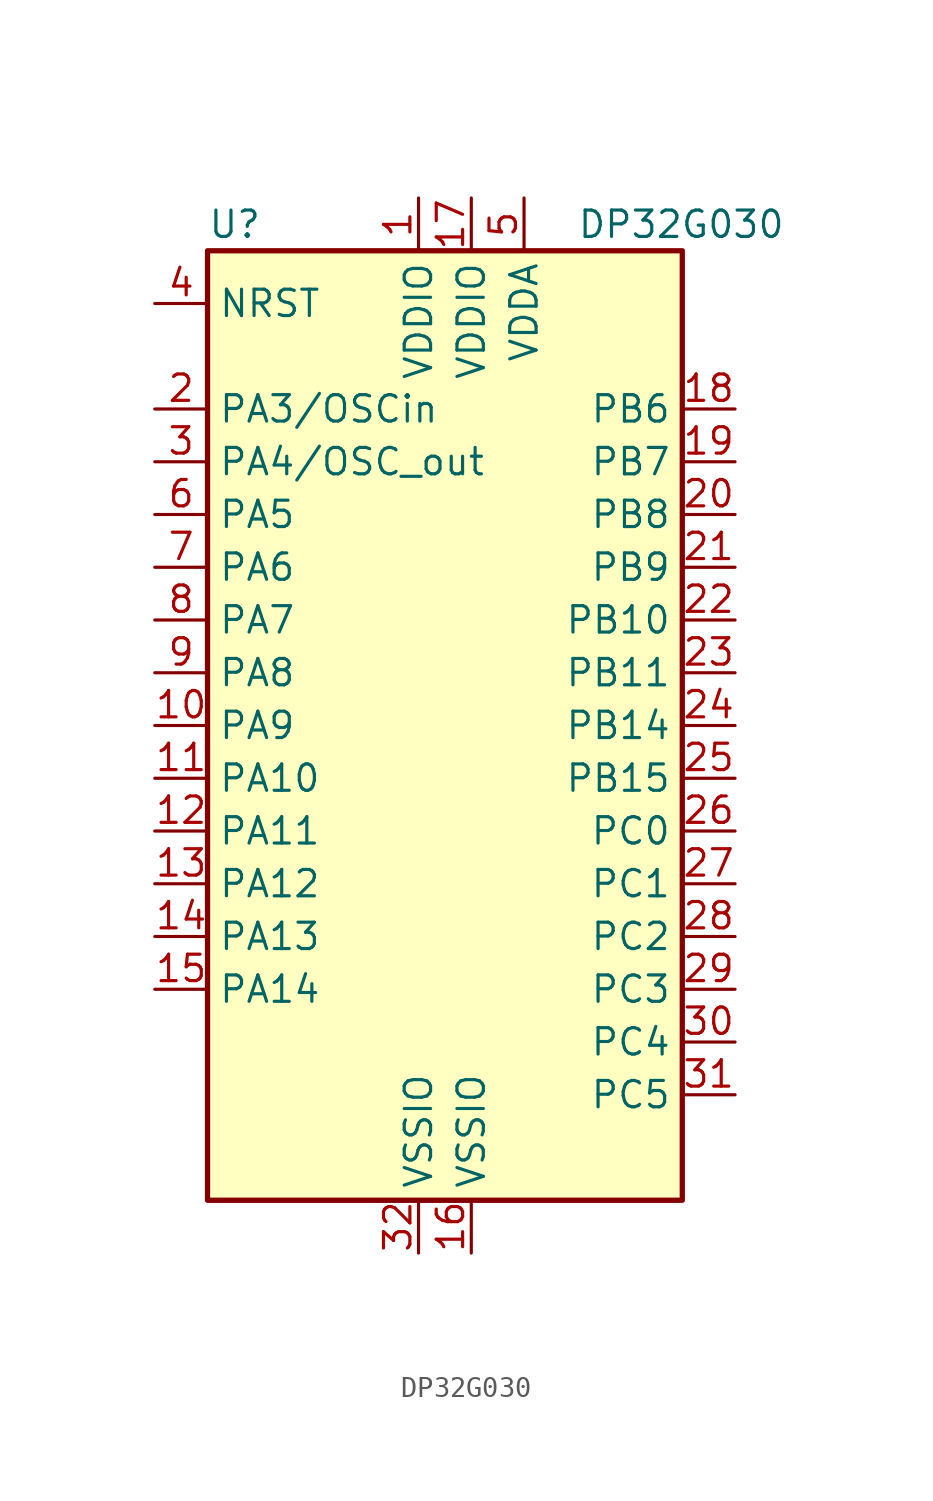
<source format=kicad_sym>
(kicad_symbol_lib
  (version 20220914)
  (generator kicad_symbol_editor)
  (symbol "DP32G030"
    (property "Reference" "U"
      (at -10.16 24.13 0)
      (effects (font (size 1.27 1.27)) (justify left)))
    (property "Value" "DP32G030"
      (at 7.62 24.13 0)
      (effects (font (size 1.27 1.27)) (justify left)))
    (property "ki_locked" ""
      (at 0 0 0)
      (effects (font (size 1.27 1.27))))
    (symbol "DP32G030_0_1"
      (rectangle (start -10.16 22.86) (end 12.7 -22.86) (stroke (width 0.254) (type default)) (fill (type background))))
    (symbol "DP32G030_1_1"
      (pin power_in line (at 0 25.4 270) (length 2.54) (name "VDDIO" (effects (font (size 1.27 1.27)))) (number "1" (effects (font (size 1.27 1.27)))))
      (pin bidirectional line (at -12.7 0 0) (length 2.54) (name "PA9" (effects (font (size 1.27 1.27)))) (number "10" (effects (font (size 1.27 1.27)))) (alternate "ADC_IN4" bidirectional line) (alternate "SPI1_NSS" bidirectional line) (alternate "TIM14_CH1" bidirectional line) (alternate "USART1_CK" bidirectional line))
      (pin bidirectional line (at -12.7 -2.54 0) (length 2.54) (name "PA10" (effects (font (size 1.27 1.27)))) (number "11" (effects (font (size 1.27 1.27)))) (alternate "ADC_IN5" bidirectional line) (alternate "SPI1_SCK" bidirectional line))
      (pin bidirectional line (at -12.7 -5.08 0) (length 2.54) (name "PA11" (effects (font (size 1.27 1.27)))) (number "12" (effects (font (size 1.27 1.27)))) (alternate "ADC_IN6" bidirectional line) (alternate "SPI1_MISO" bidirectional line) (alternate "TIM16_CH1" bidirectional line) (alternate "TIM1_BKIN" bidirectional line) (alternate "TIM3_CH1" bidirectional line))
      (pin bidirectional line (at -12.7 -7.62 0) (length 2.54) (name "PA12" (effects (font (size 1.27 1.27)))) (number "13" (effects (font (size 1.27 1.27)))) (alternate "ADC_IN7" bidirectional line) (alternate "SPI1_MOSI" bidirectional line) (alternate "TIM14_CH1" bidirectional line) (alternate "TIM17_CH1" bidirectional line) (alternate "TIM1_CH1N" bidirectional line) (alternate "TIM3_CH2" bidirectional line))
      (pin bidirectional line (at -12.7 -10.16 0) (length 2.54) (name "PA13" (effects (font (size 1.27 1.27)))) (number "14" (effects (font (size 1.27 1.27)))) (alternate "ADC_IN8" bidirectional line) (alternate "TIM1_CH2N" bidirectional line) (alternate "TIM3_CH3" bidirectional line))
      (pin bidirectional line (at -12.7 -12.7 0) (length 2.54) (name "PA14" (effects (font (size 1.27 1.27)))) (number "15" (effects (font (size 1.27 1.27)))) (alternate "ADC_IN9" bidirectional line) (alternate "TIM14_CH1" bidirectional line) (alternate "TIM1_CH3N" bidirectional line) (alternate "TIM3_CH4" bidirectional line))
      (pin power_in line (at 2.54 -25.4 90) (length 2.54) (name "VSSIO" (effects (font (size 1.27 1.27)))) (number "16" (effects (font (size 1.27 1.27)))))
      (pin power_in line (at 2.54 25.4 270) (length 2.54) (name "VDDIO" (effects (font (size 1.27 1.27)))) (number "17" (effects (font (size 1.27 1.27)))))
      (pin bidirectional line (at 15.24 15.24 180) (length 2.54) (name "PB6" (effects (font (size 1.27 1.27)))) (number "18" (effects (font (size 1.27 1.27)))) (alternate "RCC_MCO" bidirectional line) (alternate "TIM1_CH1" bidirectional line) (alternate "USART1_CK" bidirectional line))
      (pin bidirectional line (at 15.24 12.7 180) (length 2.54) (name "PB7" (effects (font (size 1.27 1.27)))) (number "19" (effects (font (size 1.27 1.27)))) (alternate "I2C1_SCL" bidirectional line) (alternate "TIM1_CH2" bidirectional line) (alternate "USART1_TX" bidirectional line))
      (pin bidirectional line (at -12.7 15.24 0) (length 2.54) (name "PA3/OSCin" (effects (font (size 1.27 1.27)))) (number "2" (effects (font (size 1.27 1.27)))) (alternate "RCC_OSC_IN" bidirectional line))
      (pin bidirectional line (at 15.24 10.16 180) (length 2.54) (name "PB8" (effects (font (size 1.27 1.27)))) (number "20" (effects (font (size 1.27 1.27)))) (alternate "I2C1_SDA" bidirectional line) (alternate "TIM17_BKIN" bidirectional line) (alternate "TIM1_CH3" bidirectional line) (alternate "USART1_RX" bidirectional line))
      (pin bidirectional line (at 15.24 7.62 180) (length 2.54) (name "PB9" (effects (font (size 1.27 1.27)))) (number "21" (effects (font (size 1.27 1.27)))) (alternate "TIM1_CH4" bidirectional line) (alternate "USART1_CTS" bidirectional line))
      (pin bidirectional line (at 15.24 5.08 180) (length 2.54) (name "PB10" (effects (font (size 1.27 1.27)))) (number "22" (effects (font (size 1.27 1.27)))) (alternate "TIM1_ETR" bidirectional line) (alternate "USART1_DE" bidirectional line) (alternate "USART1_RTS" bidirectional line))
      (pin bidirectional line (at 15.24 2.54 180) (length 2.54) (name "PB11" (effects (font (size 1.27 1.27)))) (number "23" (effects (font (size 1.27 1.27)))) (alternate "IR_OUT" bidirectional line) (alternate "SYS_SWDIO" bidirectional line))
      (pin bidirectional line (at 15.24 0 180) (length 2.54) (name "PB14" (effects (font (size 1.27 1.27)))) (number "24" (effects (font (size 1.27 1.27)))) (alternate "SYS_SWCLK" bidirectional line) (alternate "USART1_TX" bidirectional line))
      (pin bidirectional line (at 15.24 -2.54 180) (length 2.54) (name "PB15" (effects (font (size 1.27 1.27)))) (number "25" (effects (font (size 1.27 1.27)))) (alternate "SPI1_NSS" bidirectional line) (alternate "USART1_RX" bidirectional line))
      (pin bidirectional line (at 15.24 -5.08 180) (length 2.54) (name "PC0" (effects (font (size 1.27 1.27)))) (number "26" (effects (font (size 1.27 1.27)))) (alternate "SPI1_SCK" bidirectional line))
      (pin bidirectional line (at 15.24 -7.62 180) (length 2.54) (name "PC1" (effects (font (size 1.27 1.27)))) (number "27" (effects (font (size 1.27 1.27)))) (alternate "SPI1_MISO" bidirectional line) (alternate "TIM3_CH1" bidirectional line))
      (pin bidirectional line (at 15.24 -10.16 180) (length 2.54) (name "PC2" (effects (font (size 1.27 1.27)))) (number "28" (effects (font (size 1.27 1.27)))) (alternate "I2C1_SMBA" bidirectional line) (alternate "SPI1_MOSI" bidirectional line) (alternate "TIM16_BKIN" bidirectional line) (alternate "TIM3_CH2" bidirectional line))
      (pin bidirectional line (at 15.24 -12.7 180) (length 2.54) (name "PC3" (effects (font (size 1.27 1.27)))) (number "29" (effects (font (size 1.27 1.27)))) (alternate "I2C1_SCL" bidirectional line) (alternate "TIM16_CH1N" bidirectional line) (alternate "USART1_TX" bidirectional line))
      (pin bidirectional line (at -12.7 12.7 0) (length 2.54) (name "PA4/OSC_out" (effects (font (size 1.27 1.27)))) (number "3" (effects (font (size 1.27 1.27)))) (alternate "RCC_OSC_OUT" bidirectional line))
      (pin bidirectional line (at 15.24 -15.24 180) (length 2.54) (name "PC4" (effects (font (size 1.27 1.27)))) (number "30" (effects (font (size 1.27 1.27)))) (alternate "I2C1_SDA" bidirectional line) (alternate "TIM17_CH1N" bidirectional line) (alternate "USART1_RX" bidirectional line))
      (pin bidirectional line (at 15.24 -17.78 180) (length 2.54) (name "PC5" (effects (font (size 1.27 1.27)))) (number "31" (effects (font (size 1.27 1.27)))))
      (pin passive line (at 2.54 -25.4 90) (length 2.54) hide (name "VSS" (effects (font (size 1.27 1.27)))) (number "32" (effects (font (size 1.27 1.27)))))
      (pin power_in line (at 0 -25.4 90) (length 2.54) (name "VSSIO" (effects (font (size 1.27 1.27)))) (number "32" (effects (font (size 1.27 1.27)))))
      (pin input line (at -12.7 20.32 0) (length 2.54) (name "NRST" (effects (font (size 1.27 1.27)))) (number "4" (effects (font (size 1.27 1.27)))))
      (pin power_in line (at 5.08 25.4 270) (length 2.54) (name "VDDA" (effects (font (size 1.27 1.27)))) (number "5" (effects (font (size 1.27 1.27)))))
      (pin bidirectional line (at -12.7 10.16 0) (length 2.54) (name "PA5" (effects (font (size 1.27 1.27)))) (number "6" (effects (font (size 1.27 1.27)))) (alternate "ADC_IN0" bidirectional line) (alternate "RTC_TAMP2" bidirectional line) (alternate "SYS_WKUP1" bidirectional line) (alternate "USART1_CTS" bidirectional line))
      (pin bidirectional line (at -12.7 7.62 0) (length 2.54) (name "PA6" (effects (font (size 1.27 1.27)))) (number "7" (effects (font (size 1.27 1.27)))) (alternate "ADC_IN1" bidirectional line) (alternate "USART1_DE" bidirectional line) (alternate "USART1_RTS" bidirectional line))
      (pin bidirectional line (at -12.7 5.08 0) (length 2.54) (name "PA7" (effects (font (size 1.27 1.27)))) (number "8" (effects (font (size 1.27 1.27)))) (alternate "ADC_IN2" bidirectional line) (alternate "USART1_TX" bidirectional line))
      (pin bidirectional line (at -12.7 2.54 0) (length 2.54) (name "PA8" (effects (font (size 1.27 1.27)))) (number "9" (effects (font (size 1.27 1.27)))) (alternate "ADC_IN3" bidirectional line) (alternate "USART1_RX" bidirectional line)))))
</source>
